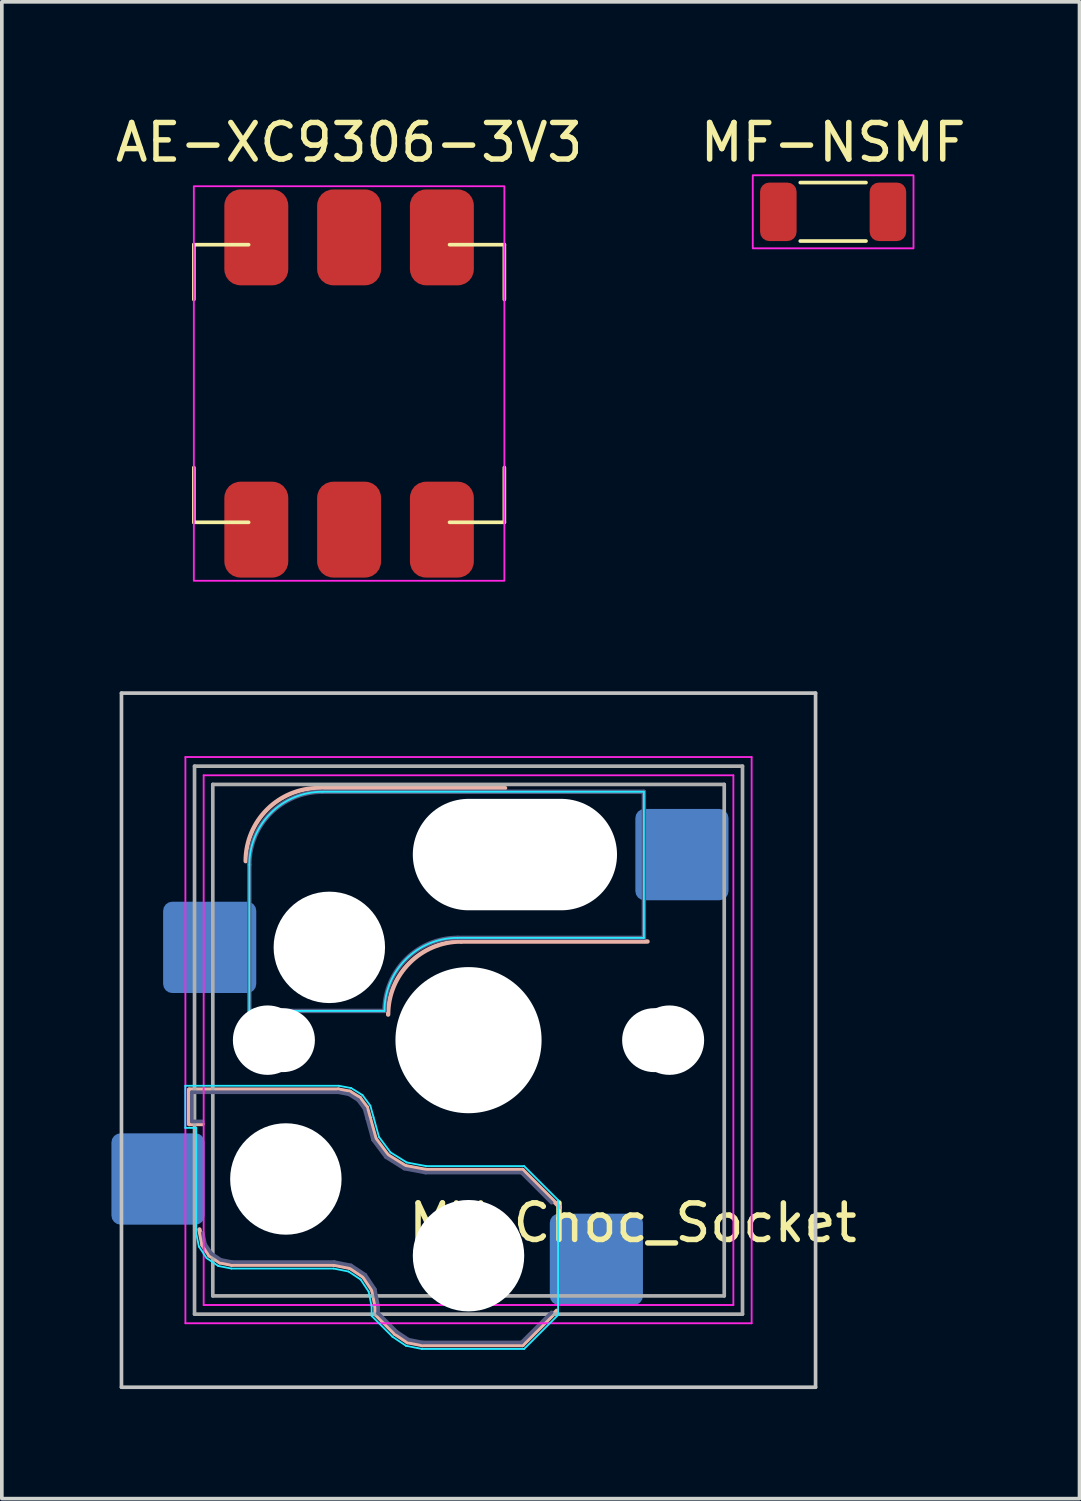
<source format=kicad_pcb>
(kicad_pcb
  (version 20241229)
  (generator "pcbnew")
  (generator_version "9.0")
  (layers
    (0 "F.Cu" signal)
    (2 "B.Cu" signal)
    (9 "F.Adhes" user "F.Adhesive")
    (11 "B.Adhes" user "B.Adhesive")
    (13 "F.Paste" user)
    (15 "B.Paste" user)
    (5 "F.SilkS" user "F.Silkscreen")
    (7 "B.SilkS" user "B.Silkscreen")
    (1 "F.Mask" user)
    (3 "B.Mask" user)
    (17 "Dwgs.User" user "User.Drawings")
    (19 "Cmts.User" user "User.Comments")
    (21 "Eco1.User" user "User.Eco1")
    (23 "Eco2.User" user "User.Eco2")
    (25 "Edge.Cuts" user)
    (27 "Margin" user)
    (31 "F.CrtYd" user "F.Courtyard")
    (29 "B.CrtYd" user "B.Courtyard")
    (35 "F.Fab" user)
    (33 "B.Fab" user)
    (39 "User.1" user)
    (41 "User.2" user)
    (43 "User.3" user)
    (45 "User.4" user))
  (footprint "AE-XC9306-3V3"
    (layer "F.Cu")
    (at 6.506 7.448)
    (property "Reference" "AE-XC9306-3V3" (at 0 -6.6 0) (unlocked yes) (layer "F.SilkS") (effects (font (size 1 1) (thickness 0.15))))
    (attr smd)
    (fp_line (start -4.25 -2.3) (end -4.25 -3.8) (stroke (width 0.1) (type default)) (layer "F.SilkS"))
    (fp_line (start -4.25 2.3) (end -4.25 3.8) (stroke (width 0.1) (type default)) (layer "F.SilkS"))
    (fp_line (start -2.75 -3.8) (end -4.25 -3.8) (stroke (width 0.1) (type default)) (layer "F.SilkS"))
    (fp_line (start -2.75 3.8) (end -4.25 3.8) (stroke (width 0.1) (type default)) (layer "F.SilkS"))
    (fp_line (start 2.75 3.8) (end 4.25 3.8) (stroke (width 0.1) (type default)) (layer "F.SilkS"))
    (fp_line (start 4.25 -3.8) (end 2.75 -3.8) (stroke (width 0.1) (type default)) (layer "F.SilkS"))
    (fp_line (start 4.25 -3.8) (end 4.25 -2.3) (stroke (width 0.1) (type default)) (layer "F.SilkS"))
    (fp_line (start 4.25 2.3) (end 4.25 3.8) (stroke (width 0.1) (type default)) (layer "F.SilkS"))
    (fp_rect (start 4.25 -5.4) (end -4.25 5.4) (stroke (width 0.05) (type default)) (fill no) (layer "F.CrtYd"))
    (pad "1" smd roundrect (at -2.54 4 90) (size 2.625 1.75) (layers "F.Cu" "F.Mask") (roundrect_rratio 0.25))
    (pad "2" smd roundrect (at 0 4 90) (size 2.625 1.75) (layers "F.Cu" "F.Mask") (roundrect_rratio 0.25))
    (pad "3" smd roundrect (at 2.54 4 90) (size 2.625 1.75) (layers "F.Cu" "F.Mask") (roundrect_rratio 0.25))
    (pad "4" smd roundrect (at 2.54 -4 90) (size 2.625 1.75) (layers "F.Cu" "F.Mask") (roundrect_rratio 0.25))
    (pad "5" smd roundrect (at 0 -4 90) (size 2.625 1.75) (layers "F.Cu" "F.Mask") (roundrect_rratio 0.25))
    (pad "6" smd roundrect (at -2.54 -4 90) (size 2.625 1.75) (layers "F.Cu" "F.Mask") (roundrect_rratio 0.25)))
  (footprint "MX_Choc_Socket"
    (layer "F.Cu")
    (at 9.775 25.423)
    (property "Reference" "MX_Choc_Socket" (at 4.5 5 0) (unlocked yes) (layer "F.SilkS") (effects (font (size 1 1) (thickness 0.15))))
    (attr smd)
    (fp_line (start -7.646 1.354) (end -3.56 1.354) (stroke (width 0.12) (type solid)) (layer "B.SilkS"))
    (fp_line (start -7.646 2.296) (end -7.646 1.354) (stroke (width 0.12) (type solid)) (layer "B.SilkS"))
    (fp_line (start -7.283 2.296) (end -7.646 2.296) (stroke (width 0.12) (type solid)) (layer "B.SilkS"))
    (fp_line (start -7.281 5.609) (end -7.366 5.182) (stroke (width 0.12) (type solid)) (layer "B.SilkS"))
    (fp_line (start -7.092 5.892) (end -7.281 5.609) (stroke (width 0.12) (type solid)) (layer "B.SilkS"))
    (fp_line (start -6.809 6.081) (end -7.092 5.892) (stroke (width 0.12) (type solid)) (layer "B.SilkS"))
    (fp_line (start -6.482 6.146) (end -6.809 6.081) (stroke (width 0.12) (type solid)) (layer "B.SilkS"))
    (fp_line (start -4.1 -6.9) (end 1 -6.9) (stroke (width 0.12) (type solid)) (layer "B.SilkS"))
    (fp_line (start -3.682 6.146) (end -6.482 6.146) (stroke (width 0.12) (type solid)) (layer "B.SilkS"))
    (fp_line (start -3.56 1.354) (end -3.25 1.413) (stroke (width 0.12) (type solid)) (layer "B.SilkS"))
    (fp_line (start -3.25 1.413) (end -2.976 1.583) (stroke (width 0.12) (type solid)) (layer "B.SilkS"))
    (fp_line (start -3.244 6.233) (end -3.682 6.146) (stroke (width 0.12) (type solid)) (layer "B.SilkS"))
    (fp_line (start -2.976 1.583) (end -2.783 1.841) (stroke (width 0.12) (type solid)) (layer "B.SilkS"))
    (fp_line (start -2.877 6.477) (end -3.244 6.233) (stroke (width 0.12) (type solid)) (layer "B.SilkS"))
    (fp_line (start -2.783 1.841) (end -2.701 2.139) (stroke (width 0.12) (type solid)) (layer "B.SilkS"))
    (fp_line (start -2.701 2.139) (end -2.547 2.697) (stroke (width 0.12) (type solid)) (layer "B.SilkS"))
    (fp_line (start -2.633 6.844) (end -2.877 6.477) (stroke (width 0.12) (type solid)) (layer "B.SilkS"))
    (fp_line (start -2.547 2.697) (end -2.209 3.15) (stroke (width 0.12) (type solid)) (layer "B.SilkS"))
    (fp_line (start -2.546 7.282) (end -2.633 6.844) (stroke (width 0.12) (type solid)) (layer "B.SilkS"))
    (fp_line (start -2.546 7.504) (end -2.546 7.282) (stroke (width 0.12) (type solid)) (layer "B.SilkS"))
    (fp_line (start -2.209 3.15) (end -1.73 3.449) (stroke (width 0.12) (type solid)) (layer "B.SilkS"))
    (fp_line (start -2.013 8.037) (end -2.546 7.504) (stroke (width 0.12) (type solid)) (layer "B.SilkS"))
    (fp_line (start -1.73 3.449) (end -1.168 3.554) (stroke (width 0.12) (type solid)) (layer "B.SilkS"))
    (fp_line (start -1.671 8.266) (end -2.013 8.037) (stroke (width 0.12) (type solid)) (layer "B.SilkS"))
    (fp_line (start -1.268 8.346) (end -1.671 8.266) (stroke (width 0.12) (type solid)) (layer "B.SilkS"))
    (fp_line (start -1.168 3.554) (end 1.479 3.554) (stroke (width 0.12) (type solid)) (layer "B.SilkS"))
    (fp_line (start -0.2 -2.7) (end 4.9 -2.7) (stroke (width 0.12) (type solid)) (layer "B.SilkS"))
    (fp_line (start 1.479 3.554) (end 2.5 4.575) (stroke (width 0.12) (type solid)) (layer "B.SilkS"))
    (fp_line (start 1.479 8.346) (end -1.268 8.346) (stroke (width 0.12) (type solid)) (layer "B.SilkS"))
    (fp_line (start 2.416 7.409) (end 1.479 8.346) (stroke (width 0.12) (type solid)) (layer "B.SilkS"))
    (fp_arc (start -6.1 -4.9) (mid -5.514214 -6.314214) (end -4.1 -6.9) (stroke (width 0.12) (type solid)) (layer "B.SilkS"))
    (fp_arc (start -2.2 -0.7) (mid -1.614214 -2.114214) (end -0.2 -2.7) (stroke (width 0.12) (type solid)) (layer "B.SilkS"))
    (fp_line (start -9.5 -9.5) (end -9.5 9.5) (stroke (width 0.1) (type solid)) (layer "Dwgs.User"))
    (fp_line (start -9.5 9.5) (end 9.5 9.5) (stroke (width 0.1) (type solid)) (layer "Dwgs.User"))
    (fp_line (start 9.5 -9.5) (end -9.5 -9.5) (stroke (width 0.1) (type solid)) (layer "Dwgs.User"))
    (fp_line (start 9.5 9.5) (end 9.5 -9.5) (stroke (width 0.1) (type solid)) (layer "Dwgs.User"))
    (fp_line (start -7.8 -6) (end -7 -6) (stroke (width 0.1) (type solid)) (layer "Eco1.User"))
    (fp_line (start -7.8 -2.9) (end -7.8 -6) (stroke (width 0.1) (type solid)) (layer "Eco1.User"))
    (fp_line (start -7.8 2.9) (end -7 2.9) (stroke (width 0.1) (type solid)) (layer "Eco1.User"))
    (fp_line (start -7.8 6) (end -7.8 2.9) (stroke (width 0.1) (type solid)) (layer "Eco1.User"))
    (fp_line (start -7.25 -7.25) (end -7.25 7.25) (stroke (width 0.1) (type solid)) (layer "Eco1.User"))
    (fp_line (start -7.25 7.25) (end 7.25 7.25) (stroke (width 0.1) (type solid)) (layer "Eco1.User"))
    (fp_line (start -7 -7) (end 7 -7) (stroke (width 0.1) (type solid)) (layer "Eco1.User"))
    (fp_line (start -7 -6) (end -7 -7) (stroke (width 0.1) (type solid)) (layer "Eco1.User"))
    (fp_line (start -7 -2.9) (end -7.8 -2.9) (stroke (width 0.1) (type solid)) (layer "Eco1.User"))
    (fp_line (start -7 2.9) (end -7 -2.9) (stroke (width 0.1) (type solid)) (layer "Eco1.User"))
    (fp_line (start -7 6) (end -7.8 6) (stroke (width 0.1) (type solid)) (layer "Eco1.User"))
    (fp_line (start -7 7) (end -7 6) (stroke (width 0.1) (type solid)) (layer "Eco1.User"))
    (fp_line (start 7 -7) (end 7 -6) (stroke (width 0.1) (type solid)) (layer "Eco1.User"))
    (fp_line (start 7 -6) (end 7.8 -6) (stroke (width 0.1) (type solid)) (layer "Eco1.User"))
    (fp_line (start 7 -2.9) (end 7 2.9) (stroke (width 0.1) (type solid)) (layer "Eco1.User"))
    (fp_line (start 7 2.9) (end 7.8 2.9) (stroke (width 0.1) (type solid)) (layer "Eco1.User"))
    (fp_line (start 7 6) (end 7 7) (stroke (width 0.1) (type solid)) (layer "Eco1.User"))
    (fp_line (start 7 7) (end -7 7) (stroke (width 0.1) (type solid)) (layer "Eco1.User"))
    (fp_line (start 7.25 -7.25) (end -7.25 -7.25) (stroke (width 0.1) (type solid)) (layer "Eco1.User"))
    (fp_line (start 7.25 7.25) (end 7.25 -7.25) (stroke (width 0.1) (type solid)) (layer "Eco1.User"))
    (fp_line (start 7.8 -6) (end 7.8 -2.9) (stroke (width 0.1) (type solid)) (layer "Eco1.User"))
    (fp_line (start 7.8 -2.9) (end 7 -2.9) (stroke (width 0.1) (type solid)) (layer "Eco1.User"))
    (fp_line (start 7.8 2.9) (end 7.8 6) (stroke (width 0.1) (type solid)) (layer "Eco1.User"))
    (fp_line (start 7.8 6) (end 7 6) (stroke (width 0.1) (type solid)) (layer "Eco1.User"))
    (fp_line (start -7.752 1.248) (end -3.55 1.248) (stroke (width 0.05) (type solid)) (layer "B.CrtYd"))
    (fp_line (start -7.752 2.402) (end -7.752 1.248) (stroke (width 0.05) (type solid)) (layer "B.CrtYd"))
    (fp_line (start -7.452 2.402) (end -7.752 2.402) (stroke (width 0.05) (type solid)) (layer "B.CrtYd"))
    (fp_line (start -7.452 5.292) (end -7.452 2.402) (stroke (width 0.05) (type solid)) (layer "B.CrtYd"))
    (fp_line (start -7.381 5.65) (end -7.452 5.292) (stroke (width 0.05) (type solid)) (layer "B.CrtYd"))
    (fp_line (start -7.168 5.968) (end -7.381 5.65) (stroke (width 0.05) (type solid)) (layer "B.CrtYd"))
    (fp_line (start -6.85 6.181) (end -7.168 5.968) (stroke (width 0.05) (type solid)) (layer "B.CrtYd"))
    (fp_line (start -6.492 6.252) (end -6.85 6.181) (stroke (width 0.05) (type solid)) (layer "B.CrtYd"))
    (fp_line (start -6 -0.8) (end -6 -4.8) (stroke (width 0.05) (type solid)) (layer "B.CrtYd"))
    (fp_line (start -6 -0.8) (end -2.3 -0.8) (stroke (width 0.05) (type solid)) (layer "B.CrtYd"))
    (fp_line (start -4 -6.8) (end 4.8 -6.8) (stroke (width 0.05) (type solid)) (layer "B.CrtYd"))
    (fp_line (start -3.692 6.252) (end -6.492 6.252) (stroke (width 0.05) (type solid)) (layer "B.CrtYd"))
    (fp_line (start -3.55 1.248) (end -3.211 1.312) (stroke (width 0.05) (type solid)) (layer "B.CrtYd"))
    (fp_line (start -3.285 6.333) (end -3.692 6.252) (stroke (width 0.05) (type solid)) (layer "B.CrtYd"))
    (fp_line (start -3.211 1.312) (end -2.903 1.503) (stroke (width 0.05) (type solid)) (layer "B.CrtYd"))
    (fp_line (start -2.953 6.553) (end -3.285 6.333) (stroke (width 0.05) (type solid)) (layer "B.CrtYd"))
    (fp_line (start -2.903 1.503) (end -2.687 1.794) (stroke (width 0.05) (type solid)) (layer "B.CrtYd"))
    (fp_line (start -2.733 6.885) (end -2.953 6.553) (stroke (width 0.05) (type solid)) (layer "B.CrtYd"))
    (fp_line (start -2.687 1.794) (end -2.599 2.111) (stroke (width 0.05) (type solid)) (layer "B.CrtYd"))
    (fp_line (start -2.652 7.292) (end -2.733 6.885) (stroke (width 0.05) (type solid)) (layer "B.CrtYd"))
    (fp_line (start -2.652 7.548) (end -2.652 7.292) (stroke (width 0.05) (type solid)) (layer "B.CrtYd"))
    (fp_line (start -2.599 2.111) (end -2.45 2.65) (stroke (width 0.05) (type solid)) (layer "B.CrtYd"))
    (fp_line (start -2.45 2.65) (end -2.136 3.071) (stroke (width 0.05) (type solid)) (layer "B.CrtYd"))
    (fp_line (start -2.136 3.071) (end -1.691 3.348) (stroke (width 0.05) (type solid)) (layer "B.CrtYd"))
    (fp_line (start -2.081 8.119) (end -2.652 7.548) (stroke (width 0.05) (type solid)) (layer "B.CrtYd"))
    (fp_line (start -1.712 8.366) (end -2.081 8.119) (stroke (width 0.05) (type solid)) (layer "B.CrtYd"))
    (fp_line (start -1.691 3.348) (end -1.159 3.448) (stroke (width 0.05) (type solid)) (layer "B.CrtYd"))
    (fp_line (start -1.278 8.452) (end -1.712 8.366) (stroke (width 0.05) (type solid)) (layer "B.CrtYd"))
    (fp_line (start -1.159 3.448) (end 1.523 3.448) (stroke (width 0.05) (type solid)) (layer "B.CrtYd"))
    (fp_line (start -0.3 -2.8) (end 4.8 -2.8) (stroke (width 0.05) (type solid)) (layer "B.CrtYd"))
    (fp_line (start 1.523 3.448) (end 2.452 4.377) (stroke (width 0.05) (type solid)) (layer "B.CrtYd"))
    (fp_line (start 1.523 8.452) (end -1.278 8.452) (stroke (width 0.05) (type solid)) (layer "B.CrtYd"))
    (fp_line (start 2.452 4.377) (end 2.452 7.523) (stroke (width 0.05) (type solid)) (layer "B.CrtYd"))
    (fp_line (start 2.452 7.523) (end 1.523 8.452) (stroke (width 0.05) (type solid)) (layer "B.CrtYd"))
    (fp_line (start 4.8 -6.8) (end 4.8 -2.8) (stroke (width 0.05) (type solid)) (layer "B.CrtYd"))
    (fp_arc (start -6 -4.8) (mid -5.414214 -6.214214) (end -4 -6.8) (stroke (width 0.05) (type solid)) (layer "B.CrtYd"))
    (fp_arc (start -2.3 -0.8) (mid -1.714214 -2.214214) (end -0.3 -2.8) (stroke (width 0.05) (type solid)) (layer "B.CrtYd"))
    (fp_line (start -7.75 -7.75) (end -7.75 7.75) (stroke (width 0.05) (type solid)) (layer "F.CrtYd"))
    (fp_line (start -7.75 7.75) (end 7.75 7.75) (stroke (width 0.05) (type solid)) (layer "F.CrtYd"))
    (fp_line (start -7.25 -7.25) (end -7.25 7.25) (stroke (width 0.05) (type solid)) (layer "F.CrtYd"))
    (fp_line (start -7.25 7.25) (end 7.25 7.25) (stroke (width 0.05) (type solid)) (layer "F.CrtYd"))
    (fp_line (start 7.25 -7.25) (end -7.25 -7.25) (stroke (width 0.05) (type solid)) (layer "F.CrtYd"))
    (fp_line (start 7.25 7.25) (end 7.25 -7.25) (stroke (width 0.05) (type solid)) (layer "F.CrtYd"))
    (fp_line (start 7.75 -7.75) (end -7.75 -7.75) (stroke (width 0.05) (type solid)) (layer "F.CrtYd"))
    (fp_line (start 7.75 7.75) (end 7.75 -7.75) (stroke (width 0.05) (type solid)) (layer "F.CrtYd"))
    (fp_line (start -7.575 1.425) (end -3.567 1.425) (stroke (width 0.1) (type solid)) (layer "B.Fab"))
    (fp_line (start -7.575 2.225) (end -7.575 1.425) (stroke (width 0.1) (type solid)) (layer "B.Fab"))
    (fp_line (start -7.275 2.225) (end -7.575 2.225) (stroke (width 0.1) (type solid)) (layer "B.Fab"))
    (fp_line (start -7.214 5.581) (end -7.275 5.275) (stroke (width 0.1) (type solid)) (layer "B.Fab"))
    (fp_line (start -7.041 5.841) (end -7.214 5.581) (stroke (width 0.1) (type solid)) (layer "B.Fab"))
    (fp_line (start -6.781 6.014) (end -7.041 5.841) (stroke (width 0.1) (type solid)) (layer "B.Fab"))
    (fp_line (start -6.475 6.075) (end -6.781 6.014) (stroke (width 0.1) (type solid)) (layer "B.Fab"))
    (fp_line (start -6 -0.8) (end -6 -4.8) (stroke (width 0.12) (type solid)) (layer "B.Fab"))
    (fp_line (start -6 -0.8) (end -2.3 -0.8) (stroke (width 0.12) (type solid)) (layer "B.Fab"))
    (fp_line (start -4 -6.8) (end 4.8 -6.8) (stroke (width 0.12) (type solid)) (layer "B.Fab"))
    (fp_line (start -3.675 6.075) (end -6.475 6.075) (stroke (width 0.1) (type solid)) (layer "B.Fab"))
    (fp_line (start -3.567 1.425) (end -3.276 1.48) (stroke (width 0.1) (type solid)) (layer "B.Fab"))
    (fp_line (start -3.276 1.48) (end -3.025 1.636) (stroke (width 0.1) (type solid)) (layer "B.Fab"))
    (fp_line (start -3.216 6.166) (end -3.675 6.075) (stroke (width 0.1) (type solid)) (layer "B.Fab"))
    (fp_line (start -3.025 1.636) (end -2.848 1.873) (stroke (width 0.1) (type solid)) (layer "B.Fab"))
    (fp_line (start -2.848 1.873) (end -2.769 2.158) (stroke (width 0.1) (type solid)) (layer "B.Fab"))
    (fp_line (start -2.826 6.426) (end -3.216 6.166) (stroke (width 0.1) (type solid)) (layer "B.Fab"))
    (fp_line (start -2.769 2.158) (end -2.612 2.729) (stroke (width 0.1) (type solid)) (layer "B.Fab"))
    (fp_line (start -2.612 2.729) (end -2.258 3.203) (stroke (width 0.1) (type solid)) (layer "B.Fab"))
    (fp_line (start -2.566 6.816) (end -2.826 6.426) (stroke (width 0.1) (type solid)) (layer "B.Fab"))
    (fp_line (start -2.475 7.275) (end -2.566 6.816) (stroke (width 0.1) (type solid)) (layer "B.Fab"))
    (fp_line (start -2.475 7.475) (end -2.475 7.275) (stroke (width 0.1) (type solid)) (layer "B.Fab"))
    (fp_line (start -2.258 3.203) (end -1.756 3.516) (stroke (width 0.1) (type solid)) (layer "B.Fab"))
    (fp_line (start -1.968 7.982) (end -2.475 7.475) (stroke (width 0.1) (type solid)) (layer "B.Fab"))
    (fp_line (start -1.756 3.516) (end -1.175 3.625) (stroke (width 0.1) (type solid)) (layer "B.Fab"))
    (fp_line (start -1.643 8.199) (end -1.968 7.982) (stroke (width 0.1) (type solid)) (layer "B.Fab"))
    (fp_line (start -1.261 8.275) (end -1.643 8.199) (stroke (width 0.1) (type solid)) (layer "B.Fab"))
    (fp_line (start -1.175 3.625) (end 1.45 3.625) (stroke (width 0.1) (type solid)) (layer "B.Fab"))
    (fp_line (start -0.3 -2.8) (end 4.8 -2.8) (stroke (width 0.12) (type solid)) (layer "B.Fab"))
    (fp_line (start 1.45 3.625) (end 2.275 4.45) (stroke (width 0.1) (type solid)) (layer "B.Fab"))
    (fp_line (start 1.45 8.275) (end -1.261 8.275) (stroke (width 0.1) (type solid)) (layer "B.Fab"))
    (fp_line (start 2.275 7.45) (end 1.45 8.275) (stroke (width 0.1) (type solid)) (layer "B.Fab"))
    (fp_line (start 4.8 -6.8) (end 4.8 -2.8) (stroke (width 0.12) (type solid)) (layer "B.Fab"))
    (fp_arc (start -6 -4.8) (mid -5.414214 -6.214214) (end -4 -6.8) (stroke (width 0.12) (type solid)) (layer "B.Fab"))
    (fp_arc (start -2.3 -0.8) (mid -1.714214 -2.214214) (end -0.3 -2.8) (stroke (width 0.12) (type solid)) (layer "B.Fab"))
    (fp_line (start -7.5 -7.5) (end -7.5 7.5) (stroke (width 0.1) (type solid)) (layer "F.Fab"))
    (fp_line (start -7.5 7.5) (end 7.5 7.5) (stroke (width 0.1) (type solid)) (layer "F.Fab"))
    (fp_line (start -7 -7) (end -7 7) (stroke (width 0.1) (type solid)) (layer "F.Fab"))
    (fp_line (start -7 7) (end 7 7) (stroke (width 0.1) (type solid)) (layer "F.Fab"))
    (fp_line (start 7 -7) (end -7 -7) (stroke (width 0.1) (type solid)) (layer "F.Fab"))
    (fp_line (start 7 7) (end 7 -7) (stroke (width 0.1) (type solid)) (layer "F.Fab"))
    (fp_line (start 7.5 -7.5) (end -7.5 -7.5) (stroke (width 0.1) (type solid)) (layer "F.Fab"))
    (fp_line (start 7.5 7.5) (end 7.5 -7.5) (stroke (width 0.1) (type solid)) (layer "F.Fab"))
    (pad "" np_thru_hole circle (at -5.5 0 180) (size 1.9 1.9) (drill 1.9) (layers "*.Cu" "*.Mask"))
    (pad "" np_thru_hole circle (at -5.08 0) (size 1.75 1.75) (drill 1.75) (layers "*.Cu" "*.Mask"))
    (pad "" np_thru_hole circle (at -5 3.8 180) (size 3.05 3.05) (drill 3.05) (layers "*.Cu" "*.Mask"))
    (pad "" np_thru_hole circle (at -3.81 -2.54) (size 3.05 3.05) (drill 3.05) (layers "*.Cu" "*.Mask"))
    (pad "" np_thru_hole circle (at 0 0 180) (size 3.45 3.45) (drill 3.45) (layers "*.Cu" "*.Mask"))
    (pad "" np_thru_hole circle (at 0 0) (size 4 4) (drill 4) (layers "*.Cu" "*.Mask"))
    (pad "" np_thru_hole circle (at 0 5.9 180) (size 3.05 3.05) (drill 3.05) (layers "*.Cu" "*.Mask"))
    (pad "" np_thru_hole oval (at 1.27 -5.08) (size 5.59 3.05) (drill oval 5.59 3.05) (layers "*.Cu" "*.Mask"))
    (pad "" np_thru_hole circle (at 5.08 0) (size 1.75 1.75) (drill 1.75) (layers "*.Cu" "*.Mask"))
    (pad "" np_thru_hole circle (at 5.5 0 180) (size 1.9 1.9) (drill 1.9) (layers "*.Cu" "*.Mask"))
    (pad "1" smd roundrect (at 3.5 6 180) (size 2.55 2.5) (layers "B.Cu" "B.Mask") (roundrect_rratio 0.1))
    (pad "1" smd roundrect (at 5.842 -5.08) (size 2.55 2.5) (layers "B.Cu" "B.Mask") (roundrect_rratio 0.1))
    (pad "2" smd roundrect (at -8.5 3.8 180) (size 2.55 2.5) (layers "B.Cu" "B.Mask") (roundrect_rratio 0.1))
    (pad "2" smd roundrect (at -7.085 -2.54) (size 2.55 2.5) (layers "B.Cu" "B.Mask") (roundrect_rratio 0.1)))
  (footprint "MF-NSMF"
    (layer "F.Cu")
    (at 19.756 2.748)
    (property "Reference" "MF-NSMF" (at 0 -1.9 0) (unlocked yes) (layer "F.SilkS") (effects (font (size 1 1) (thickness 0.15))))
    (attr smd)
    (fp_line (start -0.9 -0.8) (end 0.9 -0.8) (stroke (width 0.1) (type default)) (layer "F.SilkS"))
    (fp_line (start 0.9 0.8) (end -0.9 0.8) (stroke (width 0.1) (type default)) (layer "F.SilkS"))
    (fp_rect (start -2.2 -1) (end 2.2 1) (stroke (width 0.05) (type default)) (fill no) (layer "F.CrtYd"))
    (pad "1" smd roundrect (at -1.5 0) (size 1 1.6) (layers "F.Cu" "F.Mask" "F.Paste") (roundrect_rratio 0.25))
    (pad "2" smd roundrect (at 1.5 0) (size 1 1.6) (layers "F.Cu" "F.Mask" "F.Paste") (roundrect_rratio 0.25)))
  (gr_rect
    (start -3 -3)
    (end 26.5 37.973)
    (stroke (width 0.1) (type default))
    (fill no)
    (layer "Edge.Cuts")))
</source>
